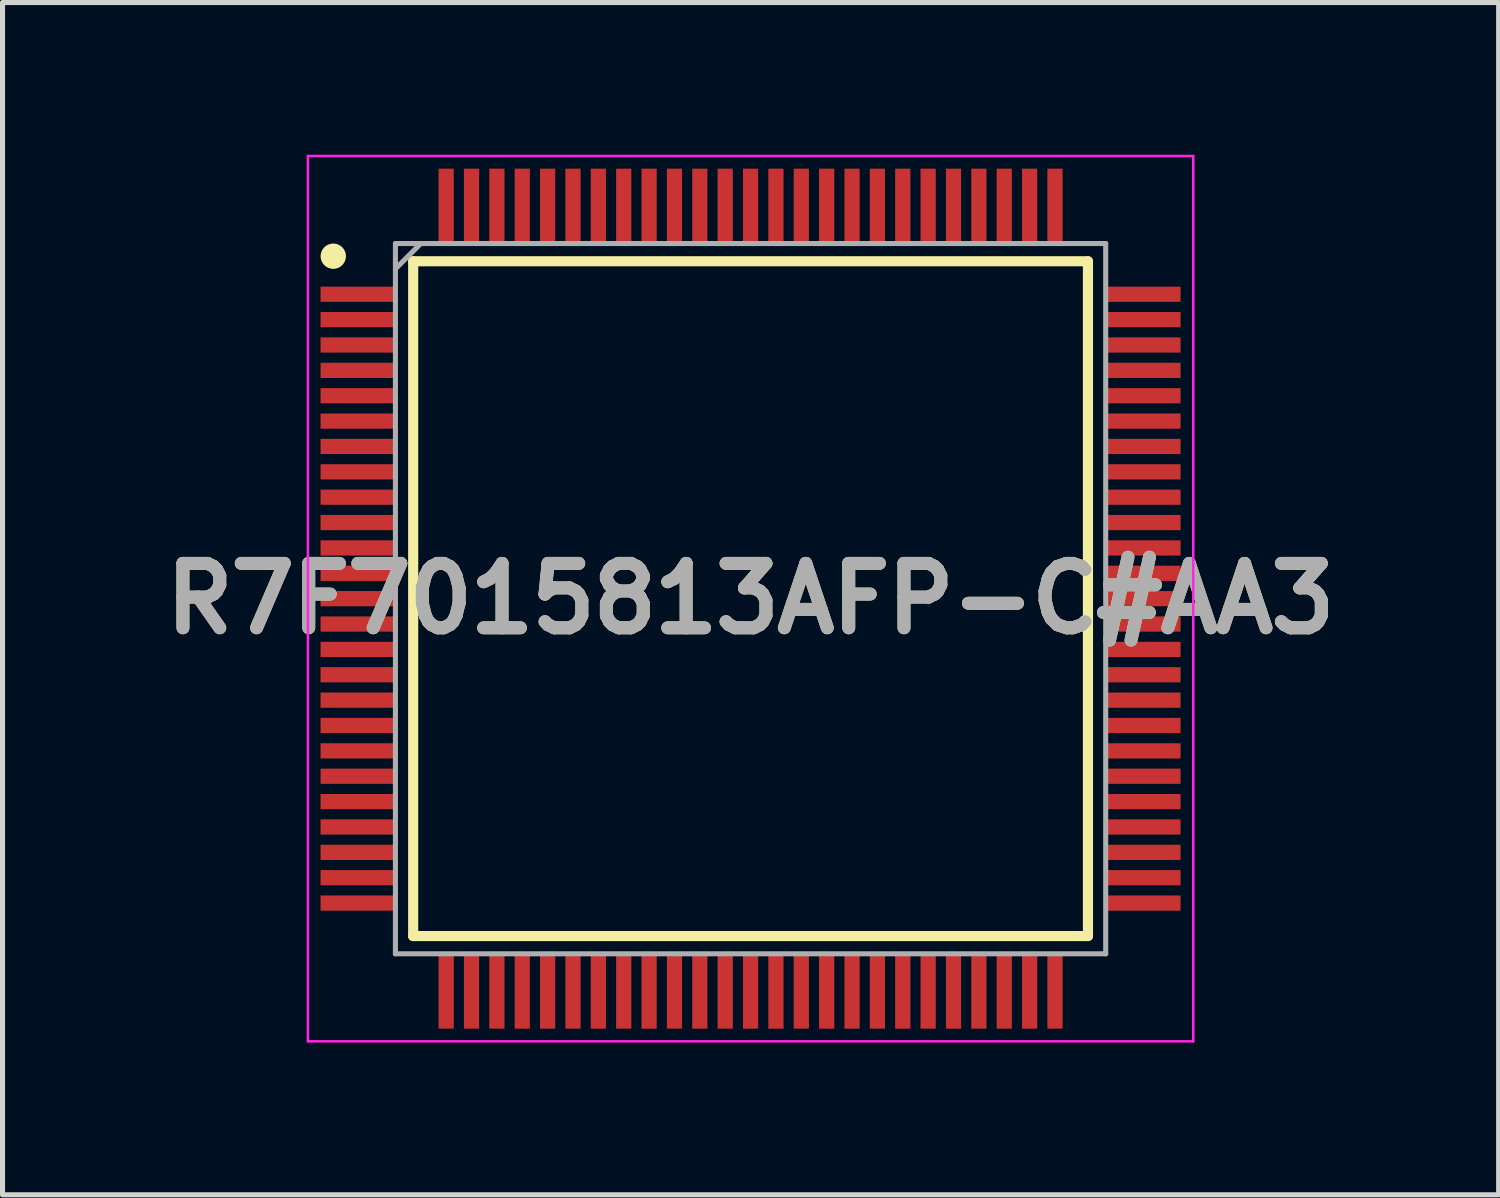
<source format=kicad_pcb>
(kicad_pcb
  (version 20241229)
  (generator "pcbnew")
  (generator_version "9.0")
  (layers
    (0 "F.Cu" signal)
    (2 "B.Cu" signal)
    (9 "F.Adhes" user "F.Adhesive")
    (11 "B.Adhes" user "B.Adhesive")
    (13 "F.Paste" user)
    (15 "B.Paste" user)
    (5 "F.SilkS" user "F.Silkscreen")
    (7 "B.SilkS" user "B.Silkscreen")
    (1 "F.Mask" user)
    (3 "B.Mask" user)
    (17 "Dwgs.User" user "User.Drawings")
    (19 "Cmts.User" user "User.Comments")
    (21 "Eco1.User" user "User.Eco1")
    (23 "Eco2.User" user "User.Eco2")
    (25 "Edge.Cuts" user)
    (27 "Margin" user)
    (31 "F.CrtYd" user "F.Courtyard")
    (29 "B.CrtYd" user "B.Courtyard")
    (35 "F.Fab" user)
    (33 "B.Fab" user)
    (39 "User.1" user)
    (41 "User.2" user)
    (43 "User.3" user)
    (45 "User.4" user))
  (footprint "R7F7015813AFP-C#AA3"
    (layer "F.Cu")
    (at 11.744 8.75)
    (property "Reference" "R7F7015813AFP-C#AA3" (at 0 0 0) (layer "F.SilkS") (effects (font (size 1.27 1.27) (thickness 0.254))))
    (attr smd)
    (fp_line (start -6.65 -6.65) (end 6.65 -6.65) (stroke (width 0.2) (type solid)) (layer "F.SilkS"))
    (fp_line (start -6.65 6.65) (end -6.65 -6.65) (stroke (width 0.2) (type solid)) (layer "F.SilkS"))
    (fp_line (start 6.65 -6.65) (end 6.65 6.65) (stroke (width 0.2) (type solid)) (layer "F.SilkS"))
    (fp_line (start 6.65 6.65) (end -6.65 6.65) (stroke (width 0.2) (type solid)) (layer "F.SilkS"))
    (fp_circle (center -8.225 -6.75) (end -8.225 -6.625) (stroke (width 0.25) (type solid)) (fill no) (layer "F.SilkS"))
    (fp_line (start -8.725 -8.725) (end 8.725 -8.725) (stroke (width 0.05) (type solid)) (layer "F.CrtYd"))
    (fp_line (start -8.725 8.725) (end -8.725 -8.725) (stroke (width 0.05) (type solid)) (layer "F.CrtYd"))
    (fp_line (start 8.725 -8.725) (end 8.725 8.725) (stroke (width 0.05) (type solid)) (layer "F.CrtYd"))
    (fp_line (start 8.725 8.725) (end -8.725 8.725) (stroke (width 0.05) (type solid)) (layer "F.CrtYd"))
    (fp_line (start -7 -7) (end 7 -7) (stroke (width 0.1) (type solid)) (layer "F.Fab"))
    (fp_line (start -7 -6.5) (end -6.5 -7) (stroke (width 0.1) (type solid)) (layer "F.Fab"))
    (fp_line (start -7 7) (end -7 -7) (stroke (width 0.1) (type solid)) (layer "F.Fab"))
    (fp_line (start 7 -7) (end 7 7) (stroke (width 0.1) (type solid)) (layer "F.Fab"))
    (fp_line (start 7 7) (end -7 7) (stroke (width 0.1) (type solid)) (layer "F.Fab"))
    (fp_text user "${REFERENCE}" (at 0 0 0) (layer "F.Fab") (effects (font (size 1.27 1.27) (thickness 0.254))))
    (pad "1" smd rect (at -7.738 -6 90) (size 0.3 1.475) (layers "F.Cu" "F.Mask" "F.Paste"))
    (pad "2" smd rect (at -7.738 -5.5 90) (size 0.3 1.475) (layers "F.Cu" "F.Mask" "F.Paste"))
    (pad "3" smd rect (at -7.738 -5 90) (size 0.3 1.475) (layers "F.Cu" "F.Mask" "F.Paste"))
    (pad "4" smd rect (at -7.738 -4.5 90) (size 0.3 1.475) (layers "F.Cu" "F.Mask" "F.Paste"))
    (pad "5" smd rect (at -7.738 -4 90) (size 0.3 1.475) (layers "F.Cu" "F.Mask" "F.Paste"))
    (pad "6" smd rect (at -7.738 -3.5 90) (size 0.3 1.475) (layers "F.Cu" "F.Mask" "F.Paste"))
    (pad "7" smd rect (at -7.738 -3 90) (size 0.3 1.475) (layers "F.Cu" "F.Mask" "F.Paste"))
    (pad "8" smd rect (at -7.738 -2.5 90) (size 0.3 1.475) (layers "F.Cu" "F.Mask" "F.Paste"))
    (pad "9" smd rect (at -7.738 -2 90) (size 0.3 1.475) (layers "F.Cu" "F.Mask" "F.Paste"))
    (pad "10" smd rect (at -7.738 -1.5 90) (size 0.3 1.475) (layers "F.Cu" "F.Mask" "F.Paste"))
    (pad "11" smd rect (at -7.738 -1 90) (size 0.3 1.475) (layers "F.Cu" "F.Mask" "F.Paste"))
    (pad "12" smd rect (at -7.738 -0.5 90) (size 0.3 1.475) (layers "F.Cu" "F.Mask" "F.Paste"))
    (pad "13" smd rect (at -7.738 0 90) (size 0.3 1.475) (layers "F.Cu" "F.Mask" "F.Paste"))
    (pad "14" smd rect (at -7.738 0.5 90) (size 0.3 1.475) (layers "F.Cu" "F.Mask" "F.Paste"))
    (pad "15" smd rect (at -7.738 1 90) (size 0.3 1.475) (layers "F.Cu" "F.Mask" "F.Paste"))
    (pad "16" smd rect (at -7.738 1.5 90) (size 0.3 1.475) (layers "F.Cu" "F.Mask" "F.Paste"))
    (pad "17" smd rect (at -7.738 2 90) (size 0.3 1.475) (layers "F.Cu" "F.Mask" "F.Paste"))
    (pad "18" smd rect (at -7.738 2.5 90) (size 0.3 1.475) (layers "F.Cu" "F.Mask" "F.Paste"))
    (pad "19" smd rect (at -7.738 3 90) (size 0.3 1.475) (layers "F.Cu" "F.Mask" "F.Paste"))
    (pad "20" smd rect (at -7.738 3.5 90) (size 0.3 1.475) (layers "F.Cu" "F.Mask" "F.Paste"))
    (pad "21" smd rect (at -7.738 4 90) (size 0.3 1.475) (layers "F.Cu" "F.Mask" "F.Paste"))
    (pad "22" smd rect (at -7.738 4.5 90) (size 0.3 1.475) (layers "F.Cu" "F.Mask" "F.Paste"))
    (pad "23" smd rect (at -7.738 5 90) (size 0.3 1.475) (layers "F.Cu" "F.Mask" "F.Paste"))
    (pad "24" smd rect (at -7.738 5.5 90) (size 0.3 1.475) (layers "F.Cu" "F.Mask" "F.Paste"))
    (pad "25" smd rect (at -7.738 6 90) (size 0.3 1.475) (layers "F.Cu" "F.Mask" "F.Paste"))
    (pad "26" smd rect (at -6 7.738) (size 0.3 1.475) (layers "F.Cu" "F.Mask" "F.Paste"))
    (pad "27" smd rect (at -5.5 7.738) (size 0.3 1.475) (layers "F.Cu" "F.Mask" "F.Paste"))
    (pad "28" smd rect (at -5 7.738) (size 0.3 1.475) (layers "F.Cu" "F.Mask" "F.Paste"))
    (pad "29" smd rect (at -4.5 7.738) (size 0.3 1.475) (layers "F.Cu" "F.Mask" "F.Paste"))
    (pad "30" smd rect (at -4 7.738) (size 0.3 1.475) (layers "F.Cu" "F.Mask" "F.Paste"))
    (pad "31" smd rect (at -3.5 7.738) (size 0.3 1.475) (layers "F.Cu" "F.Mask" "F.Paste"))
    (pad "32" smd rect (at -3 7.738) (size 0.3 1.475) (layers "F.Cu" "F.Mask" "F.Paste"))
    (pad "33" smd rect (at -2.5 7.738) (size 0.3 1.475) (layers "F.Cu" "F.Mask" "F.Paste"))
    (pad "34" smd rect (at -2 7.738) (size 0.3 1.475) (layers "F.Cu" "F.Mask" "F.Paste"))
    (pad "35" smd rect (at -1.5 7.738) (size 0.3 1.475) (layers "F.Cu" "F.Mask" "F.Paste"))
    (pad "36" smd rect (at -1 7.738) (size 0.3 1.475) (layers "F.Cu" "F.Mask" "F.Paste"))
    (pad "37" smd rect (at -0.5 7.738) (size 0.3 1.475) (layers "F.Cu" "F.Mask" "F.Paste"))
    (pad "38" smd rect (at 0 7.738) (size 0.3 1.475) (layers "F.Cu" "F.Mask" "F.Paste"))
    (pad "39" smd rect (at 0.5 7.738) (size 0.3 1.475) (layers "F.Cu" "F.Mask" "F.Paste"))
    (pad "40" smd rect (at 1 7.738) (size 0.3 1.475) (layers "F.Cu" "F.Mask" "F.Paste"))
    (pad "41" smd rect (at 1.5 7.738) (size 0.3 1.475) (layers "F.Cu" "F.Mask" "F.Paste"))
    (pad "42" smd rect (at 2 7.738) (size 0.3 1.475) (layers "F.Cu" "F.Mask" "F.Paste"))
    (pad "43" smd rect (at 2.5 7.738) (size 0.3 1.475) (layers "F.Cu" "F.Mask" "F.Paste"))
    (pad "44" smd rect (at 3 7.738) (size 0.3 1.475) (layers "F.Cu" "F.Mask" "F.Paste"))
    (pad "45" smd rect (at 3.5 7.738) (size 0.3 1.475) (layers "F.Cu" "F.Mask" "F.Paste"))
    (pad "46" smd rect (at 4 7.738) (size 0.3 1.475) (layers "F.Cu" "F.Mask" "F.Paste"))
    (pad "47" smd rect (at 4.5 7.738) (size 0.3 1.475) (layers "F.Cu" "F.Mask" "F.Paste"))
    (pad "48" smd rect (at 5 7.738) (size 0.3 1.475) (layers "F.Cu" "F.Mask" "F.Paste"))
    (pad "49" smd rect (at 5.5 7.738) (size 0.3 1.475) (layers "F.Cu" "F.Mask" "F.Paste"))
    (pad "50" smd rect (at 6 7.738) (size 0.3 1.475) (layers "F.Cu" "F.Mask" "F.Paste"))
    (pad "51" smd rect (at 7.738 6 90) (size 0.3 1.475) (layers "F.Cu" "F.Mask" "F.Paste"))
    (pad "52" smd rect (at 7.738 5.5 90) (size 0.3 1.475) (layers "F.Cu" "F.Mask" "F.Paste"))
    (pad "53" smd rect (at 7.738 5 90) (size 0.3 1.475) (layers "F.Cu" "F.Mask" "F.Paste"))
    (pad "54" smd rect (at 7.738 4.5 90) (size 0.3 1.475) (layers "F.Cu" "F.Mask" "F.Paste"))
    (pad "55" smd rect (at 7.738 4 90) (size 0.3 1.475) (layers "F.Cu" "F.Mask" "F.Paste"))
    (pad "56" smd rect (at 7.738 3.5 90) (size 0.3 1.475) (layers "F.Cu" "F.Mask" "F.Paste"))
    (pad "57" smd rect (at 7.738 3 90) (size 0.3 1.475) (layers "F.Cu" "F.Mask" "F.Paste"))
    (pad "58" smd rect (at 7.738 2.5 90) (size 0.3 1.475) (layers "F.Cu" "F.Mask" "F.Paste"))
    (pad "59" smd rect (at 7.738 2 90) (size 0.3 1.475) (layers "F.Cu" "F.Mask" "F.Paste"))
    (pad "60" smd rect (at 7.738 1.5 90) (size 0.3 1.475) (layers "F.Cu" "F.Mask" "F.Paste"))
    (pad "61" smd rect (at 7.738 1 90) (size 0.3 1.475) (layers "F.Cu" "F.Mask" "F.Paste"))
    (pad "62" smd rect (at 7.738 0.5 90) (size 0.3 1.475) (layers "F.Cu" "F.Mask" "F.Paste"))
    (pad "63" smd rect (at 7.738 0 90) (size 0.3 1.475) (layers "F.Cu" "F.Mask" "F.Paste"))
    (pad "64" smd rect (at 7.738 -0.5 90) (size 0.3 1.475) (layers "F.Cu" "F.Mask" "F.Paste"))
    (pad "65" smd rect (at 7.738 -1 90) (size 0.3 1.475) (layers "F.Cu" "F.Mask" "F.Paste"))
    (pad "66" smd rect (at 7.738 -1.5 90) (size 0.3 1.475) (layers "F.Cu" "F.Mask" "F.Paste"))
    (pad "67" smd rect (at 7.738 -2 90) (size 0.3 1.475) (layers "F.Cu" "F.Mask" "F.Paste"))
    (pad "68" smd rect (at 7.738 -2.5 90) (size 0.3 1.475) (layers "F.Cu" "F.Mask" "F.Paste"))
    (pad "69" smd rect (at 7.738 -3 90) (size 0.3 1.475) (layers "F.Cu" "F.Mask" "F.Paste"))
    (pad "70" smd rect (at 7.738 -3.5 90) (size 0.3 1.475) (layers "F.Cu" "F.Mask" "F.Paste"))
    (pad "71" smd rect (at 7.738 -4 90) (size 0.3 1.475) (layers "F.Cu" "F.Mask" "F.Paste"))
    (pad "72" smd rect (at 7.738 -4.5 90) (size 0.3 1.475) (layers "F.Cu" "F.Mask" "F.Paste"))
    (pad "73" smd rect (at 7.738 -5 90) (size 0.3 1.475) (layers "F.Cu" "F.Mask" "F.Paste"))
    (pad "74" smd rect (at 7.738 -5.5 90) (size 0.3 1.475) (layers "F.Cu" "F.Mask" "F.Paste"))
    (pad "75" smd rect (at 7.738 -6 90) (size 0.3 1.475) (layers "F.Cu" "F.Mask" "F.Paste"))
    (pad "76" smd rect (at 6 -7.738) (size 0.3 1.475) (layers "F.Cu" "F.Mask" "F.Paste"))
    (pad "77" smd rect (at 5.5 -7.738) (size 0.3 1.475) (layers "F.Cu" "F.Mask" "F.Paste"))
    (pad "78" smd rect (at 5 -7.738) (size 0.3 1.475) (layers "F.Cu" "F.Mask" "F.Paste"))
    (pad "79" smd rect (at 4.5 -7.738) (size 0.3 1.475) (layers "F.Cu" "F.Mask" "F.Paste"))
    (pad "80" smd rect (at 4 -7.738) (size 0.3 1.475) (layers "F.Cu" "F.Mask" "F.Paste"))
    (pad "81" smd rect (at 3.5 -7.738) (size 0.3 1.475) (layers "F.Cu" "F.Mask" "F.Paste"))
    (pad "82" smd rect (at 3 -7.738) (size 0.3 1.475) (layers "F.Cu" "F.Mask" "F.Paste"))
    (pad "83" smd rect (at 2.5 -7.738) (size 0.3 1.475) (layers "F.Cu" "F.Mask" "F.Paste"))
    (pad "84" smd rect (at 2 -7.738) (size 0.3 1.475) (layers "F.Cu" "F.Mask" "F.Paste"))
    (pad "85" smd rect (at 1.5 -7.738) (size 0.3 1.475) (layers "F.Cu" "F.Mask" "F.Paste"))
    (pad "86" smd rect (at 1 -7.738) (size 0.3 1.475) (layers "F.Cu" "F.Mask" "F.Paste"))
    (pad "87" smd rect (at 0.5 -7.738) (size 0.3 1.475) (layers "F.Cu" "F.Mask" "F.Paste"))
    (pad "88" smd rect (at 0 -7.738) (size 0.3 1.475) (layers "F.Cu" "F.Mask" "F.Paste"))
    (pad "89" smd rect (at -0.5 -7.738) (size 0.3 1.475) (layers "F.Cu" "F.Mask" "F.Paste"))
    (pad "90" smd rect (at -1 -7.738) (size 0.3 1.475) (layers "F.Cu" "F.Mask" "F.Paste"))
    (pad "91" smd rect (at -1.5 -7.738) (size 0.3 1.475) (layers "F.Cu" "F.Mask" "F.Paste"))
    (pad "92" smd rect (at -2 -7.738) (size 0.3 1.475) (layers "F.Cu" "F.Mask" "F.Paste"))
    (pad "93" smd rect (at -2.5 -7.738) (size 0.3 1.475) (layers "F.Cu" "F.Mask" "F.Paste"))
    (pad "94" smd rect (at -3 -7.738) (size 0.3 1.475) (layers "F.Cu" "F.Mask" "F.Paste"))
    (pad "95" smd rect (at -3.5 -7.738) (size 0.3 1.475) (layers "F.Cu" "F.Mask" "F.Paste"))
    (pad "96" smd rect (at -4 -7.738) (size 0.3 1.475) (layers "F.Cu" "F.Mask" "F.Paste"))
    (pad "97" smd rect (at -4.5 -7.738) (size 0.3 1.475) (layers "F.Cu" "F.Mask" "F.Paste"))
    (pad "98" smd rect (at -5 -7.738) (size 0.3 1.475) (layers "F.Cu" "F.Mask" "F.Paste"))
    (pad "99" smd rect (at -5.5 -7.738) (size 0.3 1.475) (layers "F.Cu" "F.Mask" "F.Paste"))
    (pad "100" smd rect (at -6 -7.738) (size 0.3 1.475) (layers "F.Cu" "F.Mask" "F.Paste")))
  (gr_rect
    (start -3 -3)
    (end 26.489 20.5)
    (stroke (width 0.1) (type default))
    (fill no)
    (layer "Edge.Cuts")))
</source>
